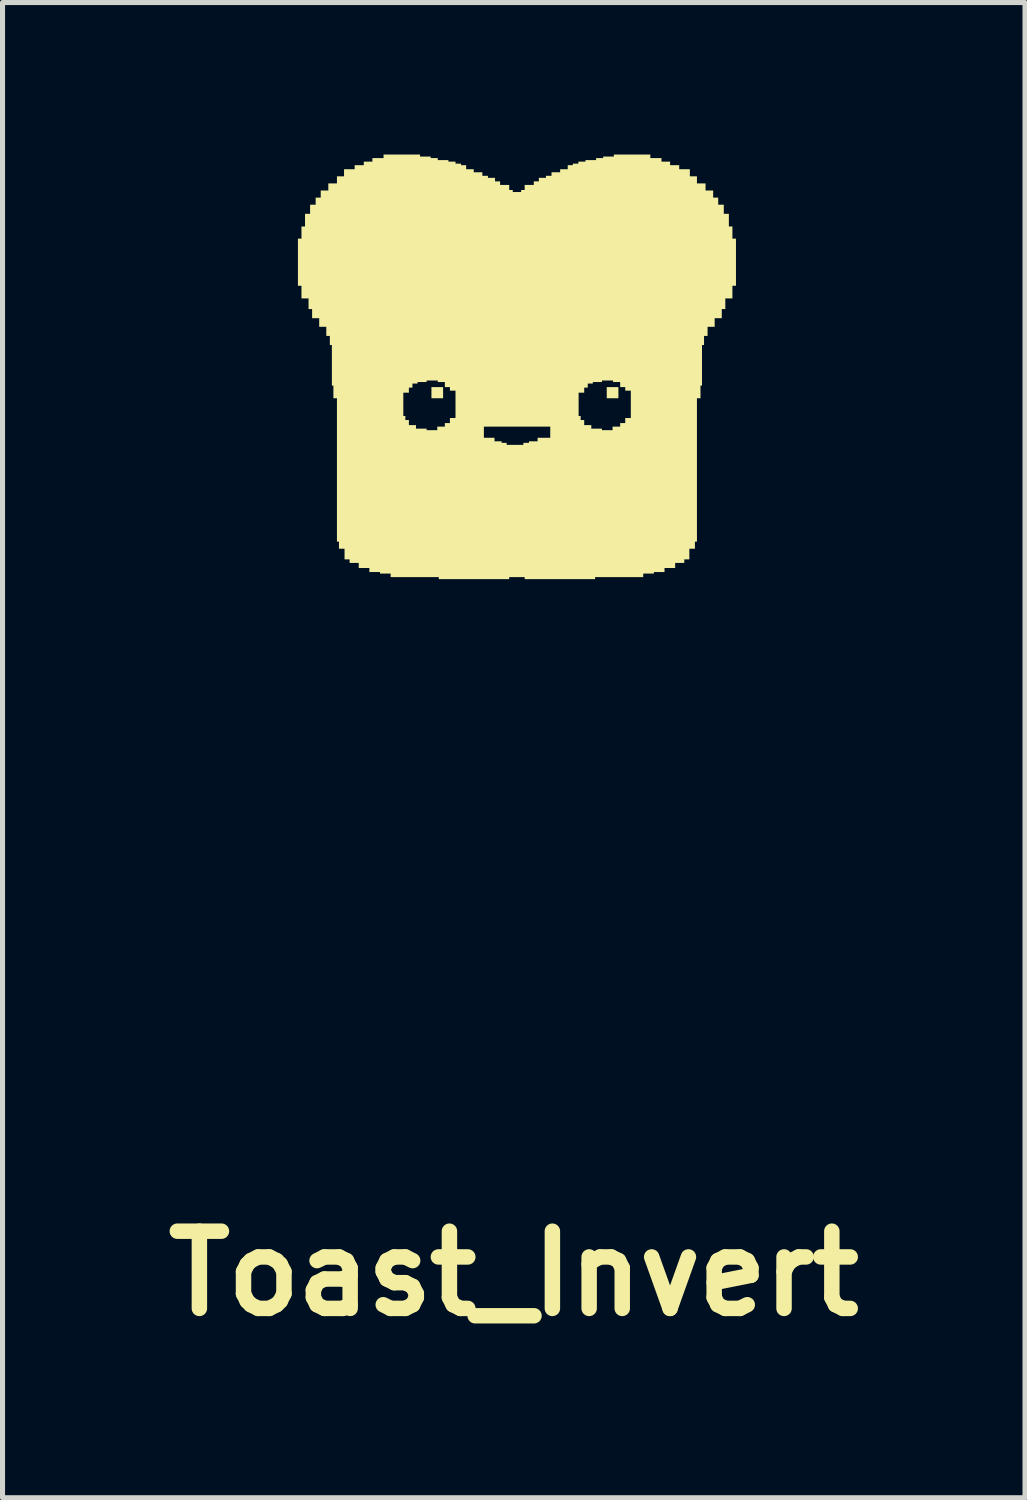
<source format=kicad_pcb>
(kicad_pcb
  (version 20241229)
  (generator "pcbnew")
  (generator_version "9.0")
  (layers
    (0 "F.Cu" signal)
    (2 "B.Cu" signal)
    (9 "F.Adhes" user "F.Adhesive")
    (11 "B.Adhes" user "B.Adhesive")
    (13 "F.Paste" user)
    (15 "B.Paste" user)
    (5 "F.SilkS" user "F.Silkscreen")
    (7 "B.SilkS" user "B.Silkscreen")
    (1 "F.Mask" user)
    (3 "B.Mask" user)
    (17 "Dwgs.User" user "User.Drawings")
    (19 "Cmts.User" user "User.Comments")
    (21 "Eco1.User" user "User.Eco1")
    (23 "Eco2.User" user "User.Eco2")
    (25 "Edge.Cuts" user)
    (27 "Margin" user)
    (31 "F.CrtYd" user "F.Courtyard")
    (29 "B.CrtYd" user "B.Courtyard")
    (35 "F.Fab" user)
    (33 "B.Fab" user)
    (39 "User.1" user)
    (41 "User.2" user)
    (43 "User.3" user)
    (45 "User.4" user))
  (footprint "Toast_Invert"
    (layer "F.Cu")
    (at 7.09 4.39)
    (property "Reference" "Toast_Invert" (at 0 17.694 0) (layer "F.SilkS") (effects (font (size 1.524 1.524) (thickness 0.305))))
    (fp_poly (pts (xy -1.395 0.42) (xy -1.625 0.42) (xy -1.625 0.2) (xy -1.395 0.2)) (stroke (width 0) (type solid)) (fill yes) (layer "F.SilkS"))
    (fp_poly (pts (xy 2.065 0.42) (xy 1.835 0.42) (xy 1.835 0.2) (xy 2.065 0.2)) (stroke (width 0) (type solid)) (fill yes) (layer "F.SilkS"))
    (fp_poly (pts (xy -1.85 -4.35) (xy -1.64 -4.35) (xy -1.64 -4.32) (xy -1.5 -4.32) (xy -1.5 -4.28) (xy -1.29 -4.28) (xy -1.29 -4.25) (xy -1.15 -4.25) (xy -1.15 -4.21) (xy -1.04 -4.21) (xy -1.04 -4.18) (xy -0.94 -4.18) (xy -0.94 -4.1) (xy -0.79 -4.1) (xy -0.79 -4.04) (xy -0.62 -4.04) (xy -0.62 -3.97) (xy -0.51 -3.97) (xy -0.51 -3.93) (xy -0.37 -3.93) (xy -0.37 -3.86) (xy -0.27 -3.86) (xy -0.27 -3.79) (xy -0.09 -3.79) (xy -0.09 -3.69) (xy -0.02 -3.69) (xy -0.02 -3.65) (xy 0.06 -3.65) (xy 0.145 -3.65) (xy 0.145 -3.69) (xy 0.215 -3.69) (xy 0.215 -3.79) (xy 0.395 -3.79) (xy 0.395 -3.86) (xy 0.495 -3.86) (xy 0.495 -3.93) (xy 0.635 -3.93) (xy 0.635 -3.97) (xy 0.745 -3.97) (xy 0.745 -4.04) (xy 0.915 -4.04) (xy 0.915 -4.1) (xy 1.065 -4.1) (xy 1.065 -4.18) (xy 1.165 -4.18) (xy 1.165 -4.21) (xy 1.275 -4.21) (xy 1.275 -4.25) (xy 1.415 -4.25) (xy 1.415 -4.28) (xy 1.625 -4.28) (xy 1.625 -4.32) (xy 1.765 -4.32) (xy 1.765 -4.35) (xy 1.975 -4.35) (xy 1.975 -4.39) (xy 2.695 -4.39) (xy 2.695 -4.32) (xy 2.915 -4.32) (xy 2.915 -4.25) (xy 3.085 -4.25) (xy 3.085 -4.18) (xy 3.265 -4.18) (xy 3.265 -4.1) (xy 3.475 -4.1) (xy 3.475 -3.96) (xy 3.615 -3.96) (xy 3.615 -3.82) (xy 3.785 -3.82) (xy 3.785 -3.68) (xy 3.935 -3.68) (xy 3.935 -3.54) (xy 4.035 -3.54) (xy 4.035 -3.4) (xy 4.145 -3.4) (xy 4.145 -3.22) (xy 4.245 -3.22) (xy 4.245 -2.97) (xy 4.315 -2.97) (xy 4.315 -2.73) (xy 4.385 -2.73) (xy 4.385 -1.8) (xy 4.315 -1.8) (xy 4.315 -1.55) (xy 4.175 -1.55) (xy 4.175 -1.34) (xy 4.105 -1.34) (xy 4.105 -1.16) (xy 3.965 -1.16) (xy 3.965 -0.99) (xy 3.825 -0.99) (xy 3.825 -0.81) (xy 3.755 -0.81) (xy 3.755 -0.63) (xy 3.715 -0.63) (xy 3.715 0.17) (xy 3.685 0.17) (xy 3.685 0.42) (xy 3.615 0.42) (xy 3.615 3.25) (xy 3.575 3.25) (xy 3.575 3.39) (xy 3.465 3.39) (xy 3.465 3.6) (xy 3.365 3.6) (xy 3.365 3.67) (xy 3.185 3.67) (xy 3.185 3.77) (xy 2.975 3.77) (xy 2.975 3.85) (xy 2.765 3.85) (xy 2.765 3.88) (xy 2.555 3.88) (xy 2.555 3.95) (xy 1.605 3.95) (xy 1.605 3.99) (xy 0.215 3.99) (xy 0.215 3.95) (xy 0.06 3.95) (xy -0.09 3.95) (xy -0.09 3.99) (xy -1.48 3.99) (xy -1.48 3.95) (xy -2.43 3.95) (xy -2.43 3.88) (xy -2.64 3.88) (xy -2.64 3.85) (xy -2.85 3.85) (xy -2.85 3.77) (xy -3.06 3.77) (xy -3.06 3.67) (xy -3.24 3.67) (xy -3.24 3.6) (xy -3.34 3.6) (xy -3.34 3.39) (xy -3.45 3.39) (xy -3.45 3.25) (xy -3.49 3.25) (xy -3.49 0.42) (xy -3.56 0.42) (xy -3.56 0.31) (xy -2.18 0.31) (xy -2.18 0.77) (xy -2.14 0.77) (xy -2.14 0.85) (xy -2.07 0.85) (xy -2.07 0.95) (xy -1.93 0.95) (xy -1.93 1.02) (xy -1.72 1.02) (xy -1.72 1.05) (xy -1.51 1.05) (xy -1.51 0.98) (xy -1.36 0.98) (xy -0.59 0.98) (xy -0.59 1.2) (xy -0.38 1.2) (xy -0.38 1.27) (xy -0.24 1.27) (xy -0.24 1.3) (xy -0.14 1.3) (xy -0.14 1.34) (xy 0.19 1.34) (xy 0.19 1.3) (xy 0.3 1.3) (xy 0.3 1.27) (xy 0.47 1.27) (xy 0.47 1.2) (xy 0.72 1.2) (xy 0.72 0.98) (xy -0.59 0.98) (xy -1.36 0.98) (xy -1.36 0.91) (xy -1.26 0.91) (xy -1.26 0.81) (xy -1.15 0.81) (xy -1.15 0.31) (xy 1.28 0.31) (xy 1.28 0.77) (xy 1.32 0.77) (xy 1.32 0.85) (xy 1.39 0.85) (xy 1.39 0.95) (xy 1.53 0.95) (xy 1.53 1.02) (xy 1.74 1.02) (xy 1.74 1.05) (xy 1.95 1.05) (xy 1.95 0.98) (xy 2.1 0.98) (xy 2.1 0.91) (xy 2.2 0.91) (xy 2.2 0.81) (xy 2.31 0.81) (xy 2.31 0.27) (xy 2.2 0.27) (xy 2.2 0.2) (xy 2.1 0.2) (xy 2.1 0.1) (xy 1.96 0.1) (xy 1.96 0.07) (xy 1.74 0.07) (xy 1.74 0.1) (xy 1.56 0.1) (xy 1.56 0.13) (xy 1.46 0.13) (xy 1.46 0.21) (xy 1.39 0.21) (xy 1.39 0.31) (xy 1.28 0.31) (xy -1.15 0.31) (xy -1.15 0.27) (xy -1.26 0.27) (xy -1.26 0.2) (xy -1.36 0.2) (xy -1.36 0.1) (xy -1.5 0.1) (xy -1.5 0.07) (xy -1.72 0.07) (xy -1.72 0.1) (xy -1.9 0.1) (xy -1.9 0.13) (xy -2 0.13) (xy -2 0.21) (xy -2.07 0.21) (xy -2.07 0.31) (xy -2.18 0.31) (xy -3.56 0.31) (xy -3.56 0.17) (xy -3.59 0.17) (xy -3.59 -0.63) (xy -3.63 -0.63) (xy -3.63 -0.81) (xy -3.7 -0.81) (xy -3.7 -0.99) (xy -3.84 -0.99) (xy -3.84 -1.16) (xy -3.98 -1.16) (xy -3.98 -1.34) (xy -4.05 -1.34) (xy -4.05 -1.55) (xy -4.19 -1.55) (xy -4.19 -1.8) (xy -4.26 -1.8) (xy -4.26 -2.73) (xy -4.19 -2.73) (xy -4.19 -2.97) (xy -4.12 -2.97) (xy -4.12 -3.22) (xy -4.02 -3.22) (xy -4.02 -3.4) (xy -3.91 -3.4) (xy -3.91 -3.54) (xy -3.81 -3.54) (xy -3.81 -3.68) (xy -3.66 -3.68) (xy -3.66 -3.82) (xy -3.49 -3.82) (xy -3.49 -3.96) (xy -3.35 -3.96) (xy -3.35 -4.1) (xy -3.14 -4.1) (xy -3.14 -4.18) (xy -2.96 -4.18) (xy -2.96 -4.25) (xy -2.79 -4.25) (xy -2.79 -4.32) (xy -2.57 -4.32) (xy -2.57 -4.39) (xy -1.85 -4.39)) (stroke (width 0) (type solid)) (fill yes) (layer "F.SilkS")))
  (gr_rect
    (start -3 -3)
    (end 17.18 26.51)
    (stroke (width 0.1) (type default))
    (fill no)
    (layer "Edge.Cuts")))
</source>
